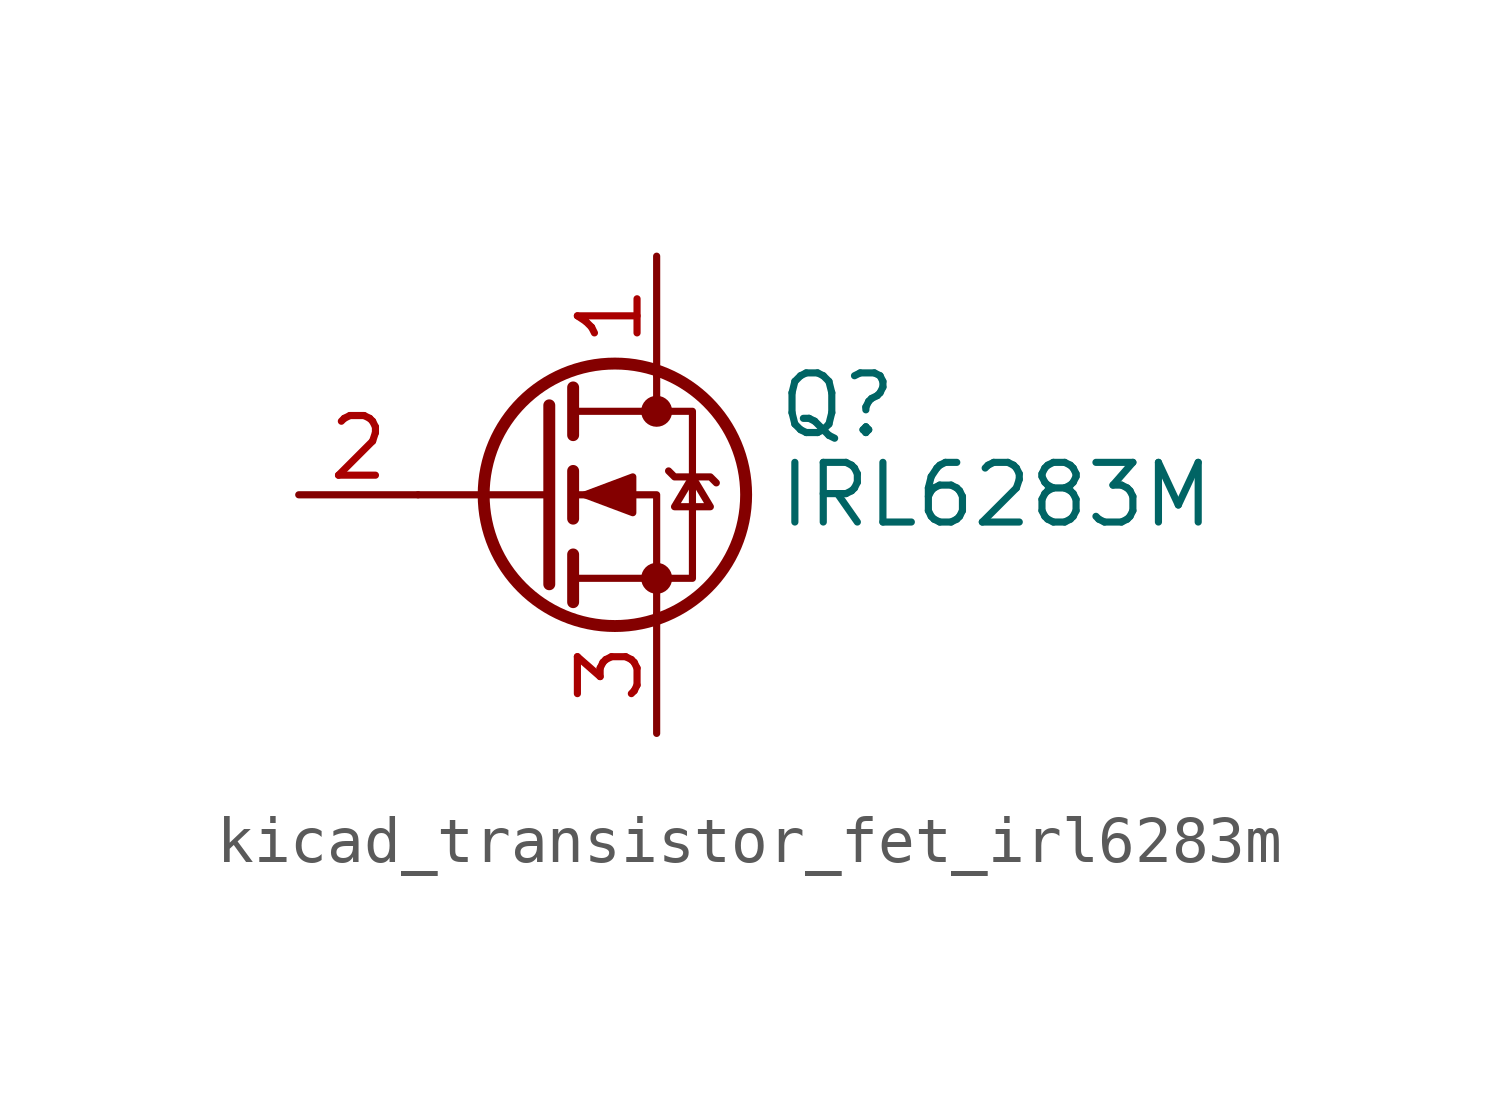
<source format=kicad_sym>
(kicad_symbol_lib
  (version 20220914)
  (generator kicad_symbol_editor)
  (symbol "kicad_transistor_fet_irl6283m"
    (pin_names hide)
    (property "Reference" "Q"
      (at 5.08 1.905 0)
      (effects (font (size 1.27 1.27)) (justify left)))
    (property "Value" "IRL6283M"
      (at 5.08 0 0)
      (effects (font (size 1.27 1.27)) (justify left)))
    (symbol "kicad_transistor_fet_irl6283m_0_1"
      (polyline (pts (xy 0.254 0) (xy -2.54 0)) (stroke (width 0) (type default)) (fill (type none)))
      (polyline (pts (xy 0.254 1.905) (xy 0.254 -1.905)) (stroke (width 0.254) (type default)) (fill (type none)))
      (polyline (pts (xy 0.762 -1.27) (xy 0.762 -2.286)) (stroke (width 0.254) (type default)) (fill (type none)))
      (polyline (pts (xy 0.762 0.508) (xy 0.762 -0.508)) (stroke (width 0.254) (type default)) (fill (type none)))
      (polyline (pts (xy 0.762 2.286) (xy 0.762 1.27)) (stroke (width 0.254) (type default)) (fill (type none)))
      (polyline (pts (xy 2.54 2.54) (xy 2.54 1.778)) (stroke (width 0) (type default)) (fill (type none)))
      (polyline (pts (xy 2.54 -2.54) (xy 2.54 0) (xy 0.762 0)) (stroke (width 0) (type default)) (fill (type none)))
      (polyline (pts (xy 0.762 -1.778) (xy 3.302 -1.778) (xy 3.302 1.778) (xy 0.762 1.778)) (stroke (width 0) (type default)) (fill (type none)))
      (polyline (pts (xy 1.016 0) (xy 2.032 0.381) (xy 2.032 -0.381) (xy 1.016 0)) (stroke (width 0) (type default)) (fill (type outline)))
      (polyline (pts (xy 2.794 0.508) (xy 2.921 0.381) (xy 3.683 0.381) (xy 3.81 0.254)) (stroke (width 0) (type default)) (fill (type none)))
      (polyline (pts (xy 3.302 0.381) (xy 2.921 -0.254) (xy 3.683 -0.254) (xy 3.302 0.381)) (stroke (width 0) (type default)) (fill (type none)))
      (circle (center 1.651 0) (radius 2.794) (stroke (width 0.254) (type default)) (fill (type none)))
      (circle (center 2.54 -1.778) (radius 0.254) (stroke (width 0) (type default)) (fill (type outline)))
      (circle (center 2.54 1.778) (radius 0.254) (stroke (width 0) (type default)) (fill (type outline))))
    (symbol "kicad_transistor_fet_irl6283m_1_1"
      (pin passive line (at 2.54 5.08 270) (length 2.54) (name "D" (effects (font (size 1.27 1.27)))) (number "1" (effects (font (size 1.27 1.27)))))
      (pin input line (at -5.08 0 0) (length 2.54) (name "G" (effects (font (size 1.27 1.27)))) (number "2" (effects (font (size 1.27 1.27)))))
      (pin passive line (at 2.54 -5.08 90) (length 2.54) (name "S" (effects (font (size 1.27 1.27)))) (number "3" (effects (font (size 1.27 1.27))))))))
</source>
